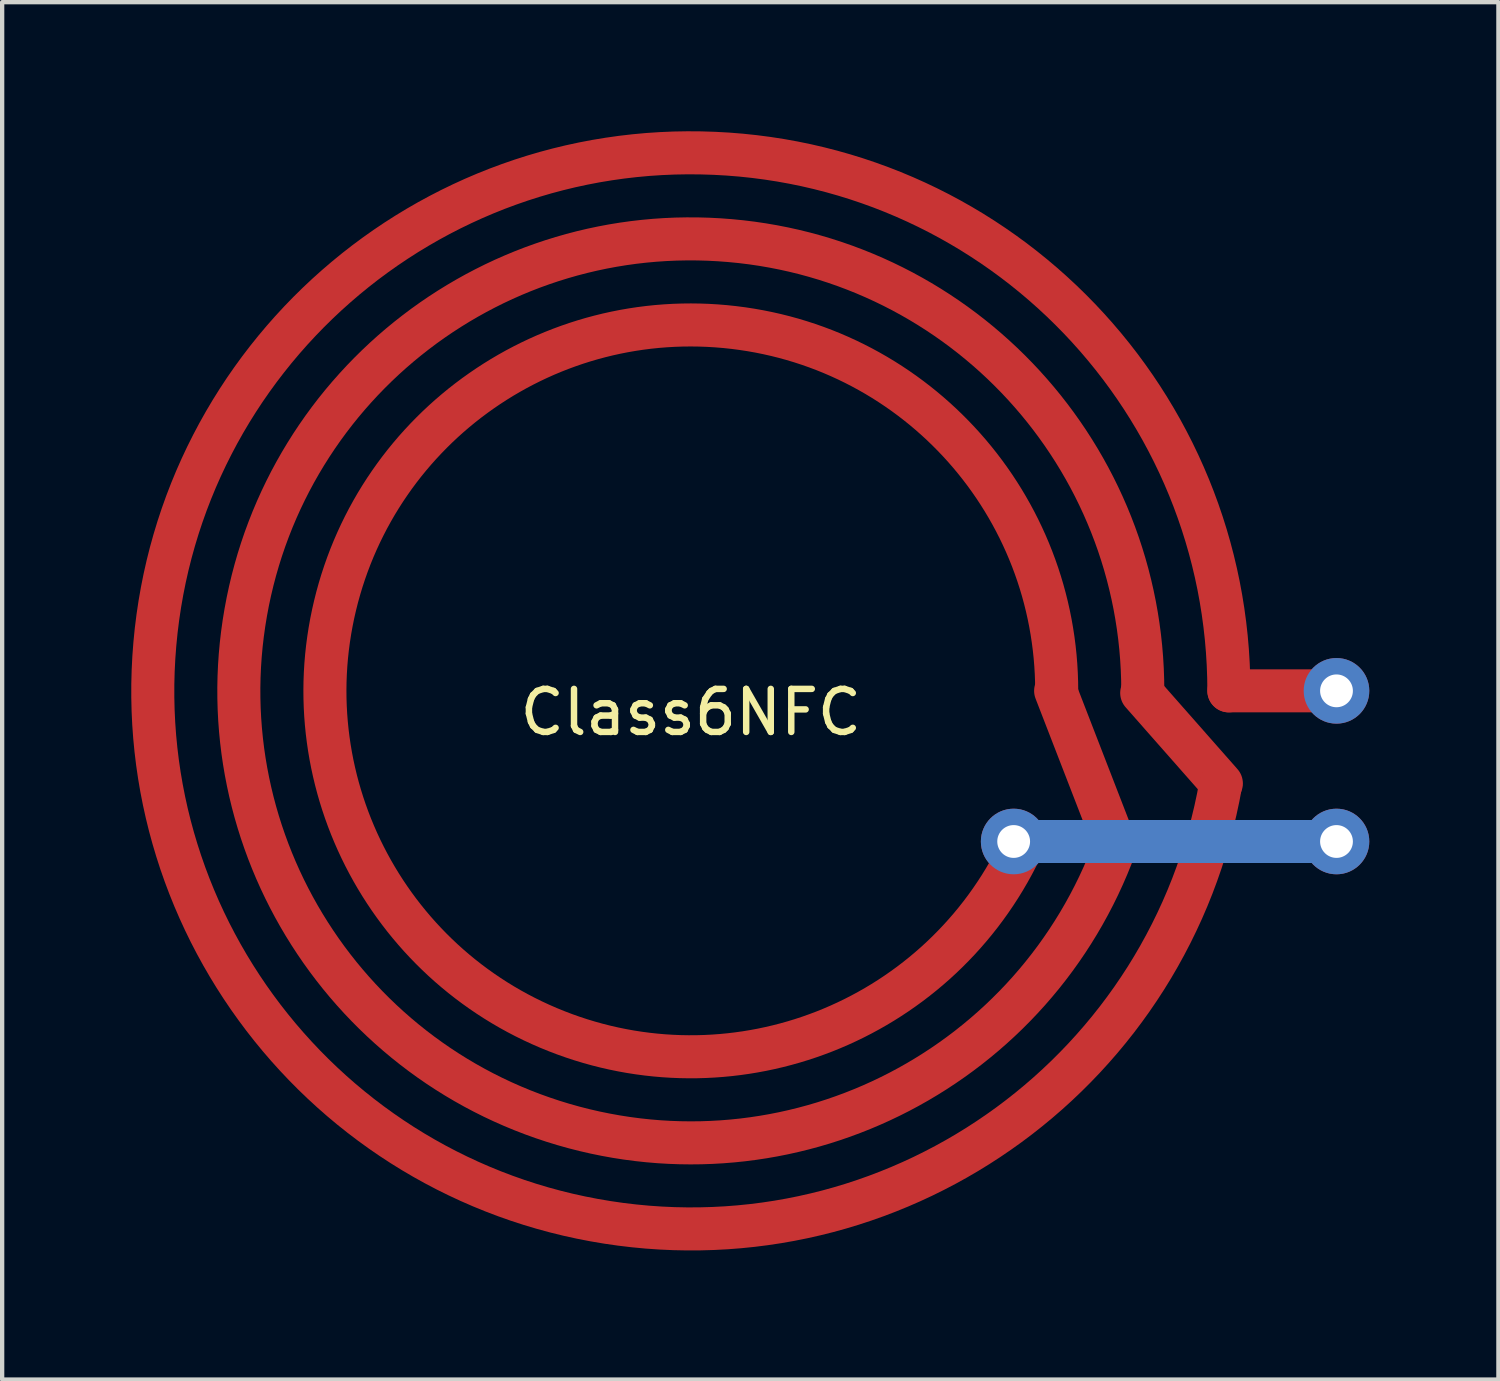
<source format=kicad_pcb>
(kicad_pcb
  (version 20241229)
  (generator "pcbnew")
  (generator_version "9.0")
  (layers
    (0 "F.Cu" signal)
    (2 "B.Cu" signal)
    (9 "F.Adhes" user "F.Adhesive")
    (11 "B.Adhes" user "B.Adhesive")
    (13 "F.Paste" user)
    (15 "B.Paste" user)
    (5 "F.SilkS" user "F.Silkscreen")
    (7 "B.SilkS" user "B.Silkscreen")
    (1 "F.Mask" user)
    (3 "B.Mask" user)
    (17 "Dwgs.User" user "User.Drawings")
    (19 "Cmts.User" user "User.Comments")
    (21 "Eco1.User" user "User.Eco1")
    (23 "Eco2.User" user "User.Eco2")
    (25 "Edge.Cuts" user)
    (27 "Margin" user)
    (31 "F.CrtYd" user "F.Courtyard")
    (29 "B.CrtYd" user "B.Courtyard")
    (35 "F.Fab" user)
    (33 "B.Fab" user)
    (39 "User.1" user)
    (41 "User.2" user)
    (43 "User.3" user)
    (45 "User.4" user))
  (footprint "Class6NFC"
    (layer "F.Cu")
    (at 13 13)
    (property "Reference" "Class6NFC" (at 0 0.5 0) (layer "F.SilkS") (effects (font (size 1 1) (thickness 0.15))))
    (attr through_hole)
    (fp_line (start 9.85 3.55) (end 8.475 0) (stroke (width 1) (type solid)) (layer "F.Cu"))
    (fp_line (start 12.325 2.15) (end 10.475 0.05) (stroke (width 1) (type solid)) (layer "F.Cu"))
    (fp_line (start 12.5 0) (end 15 0) (stroke (width 1) (type solid)) (layer "F.Cu"))
    (fp_arc (start 7.577458 3.85125) (mid -8.266147 -1.980102) (end 8.5 0) (stroke (width 1) (type solid)) (layer "F.Cu"))
    (fp_arc (start 9.866773 3.591212) (mid -10.340482 -1.823306) (end 10.5 0) (stroke (width 1) (type solid)) (layer "F.Cu"))
    (fp_arc (start 12.310097 2.170602) (mid -12.452434 -1.089447) (end 12.5 0) (stroke (width 1) (type solid)) (layer "F.Cu"))
    (fp_line (start 7.5 3.5) (end 15 3.5) (stroke (width 1) (type solid)) (layer "B.Cu"))
    (pad "1" thru_hole circle (at 15 3.5) (size 1.524 1.524) (drill 0.762) (layers "*.Cu" "*.Mask"))
    (pad "2" thru_hole circle (at 15 0) (size 1.524 1.524) (drill 0.762) (layers "*.Cu" "*.Mask"))
    (pad "3" thru_hole circle (at 7.5 3.5) (size 1.524 1.524) (drill 0.762) (layers "*.Cu" "*.Mask")))
  (gr_rect
    (start -3 -3)
    (end 31.762 29)
    (stroke (width 0.1) (type default))
    (fill no)
    (layer "Edge.Cuts")))
</source>
